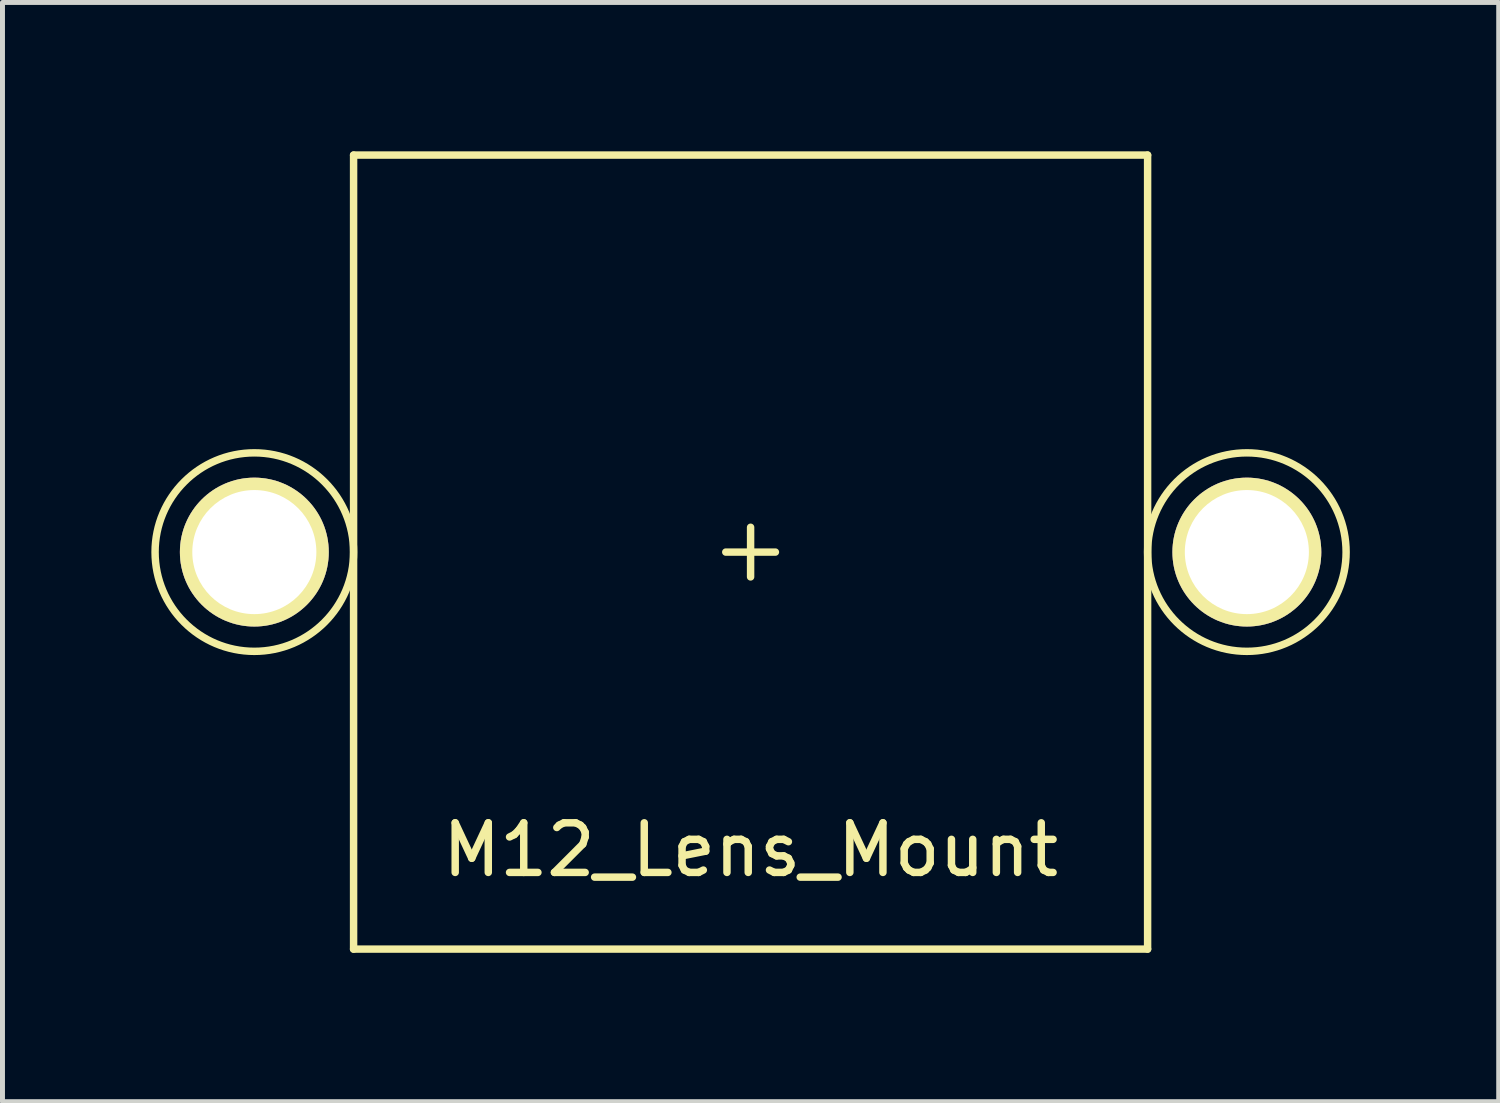
<source format=kicad_pcb>
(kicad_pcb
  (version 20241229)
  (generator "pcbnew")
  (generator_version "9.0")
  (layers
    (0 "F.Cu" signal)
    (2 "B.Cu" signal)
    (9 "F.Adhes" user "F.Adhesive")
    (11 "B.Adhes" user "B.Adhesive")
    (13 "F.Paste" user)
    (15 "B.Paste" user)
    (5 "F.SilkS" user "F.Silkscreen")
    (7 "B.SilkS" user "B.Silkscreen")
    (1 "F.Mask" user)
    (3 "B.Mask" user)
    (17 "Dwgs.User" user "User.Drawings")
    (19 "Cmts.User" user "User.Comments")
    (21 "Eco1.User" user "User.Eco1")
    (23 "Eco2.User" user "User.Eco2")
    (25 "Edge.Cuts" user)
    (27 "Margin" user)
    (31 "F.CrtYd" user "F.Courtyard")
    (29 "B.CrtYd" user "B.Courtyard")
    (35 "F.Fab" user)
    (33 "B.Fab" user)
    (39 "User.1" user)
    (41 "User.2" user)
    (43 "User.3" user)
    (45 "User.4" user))
  (footprint "M12_Lens_Mount"
    (layer "F.Cu")
    (at 12.075 8.075)
    (property "Reference" "M12_Lens_Mount" (at 0 6 0) (layer "F.SilkS") (effects (font (size 1 1) (thickness 0.15))))
    (attr through_hole)
    (fp_line (start -8 -8) (end -8 8) (stroke (width 0.15) (type solid)) (layer "F.SilkS"))
    (fp_line (start -8 8) (end 8 8) (stroke (width 0.15) (type solid)) (layer "F.SilkS"))
    (fp_line (start -0.5 0) (end 0.5 0) (stroke (width 0.15) (type solid)) (layer "F.SilkS"))
    (fp_line (start 0 -0.5) (end 0 0.5) (stroke (width 0.15) (type solid)) (layer "F.SilkS"))
    (fp_line (start 8 -8) (end -8 -8) (stroke (width 0.15) (type solid)) (layer "F.SilkS"))
    (fp_line (start 8 8) (end 8 -8) (stroke (width 0.15) (type solid)) (layer "F.SilkS"))
    (fp_circle (center -10 0) (end -10 -2) (stroke (width 0.15) (type solid)) (fill no) (layer "F.SilkS"))
    (fp_circle (center 10 0) (end 10 -2) (stroke (width 0.15) (type solid)) (fill no) (layer "F.SilkS"))
    (pad "" np_thru_hole circle (at -10 0) (size 3 3) (drill 2.5) (layers "*.Cu" "*.Mask" "F.SilkS"))
    (pad "" np_thru_hole circle (at 10 0) (size 3 3) (drill 2.5) (layers "*.Cu" "*.Mask" "F.SilkS")))
  (gr_rect
    (start -3 -3)
    (end 27.15 19.15)
    (stroke (width 0.1) (type default))
    (fill no)
    (layer "Edge.Cuts")))
</source>
